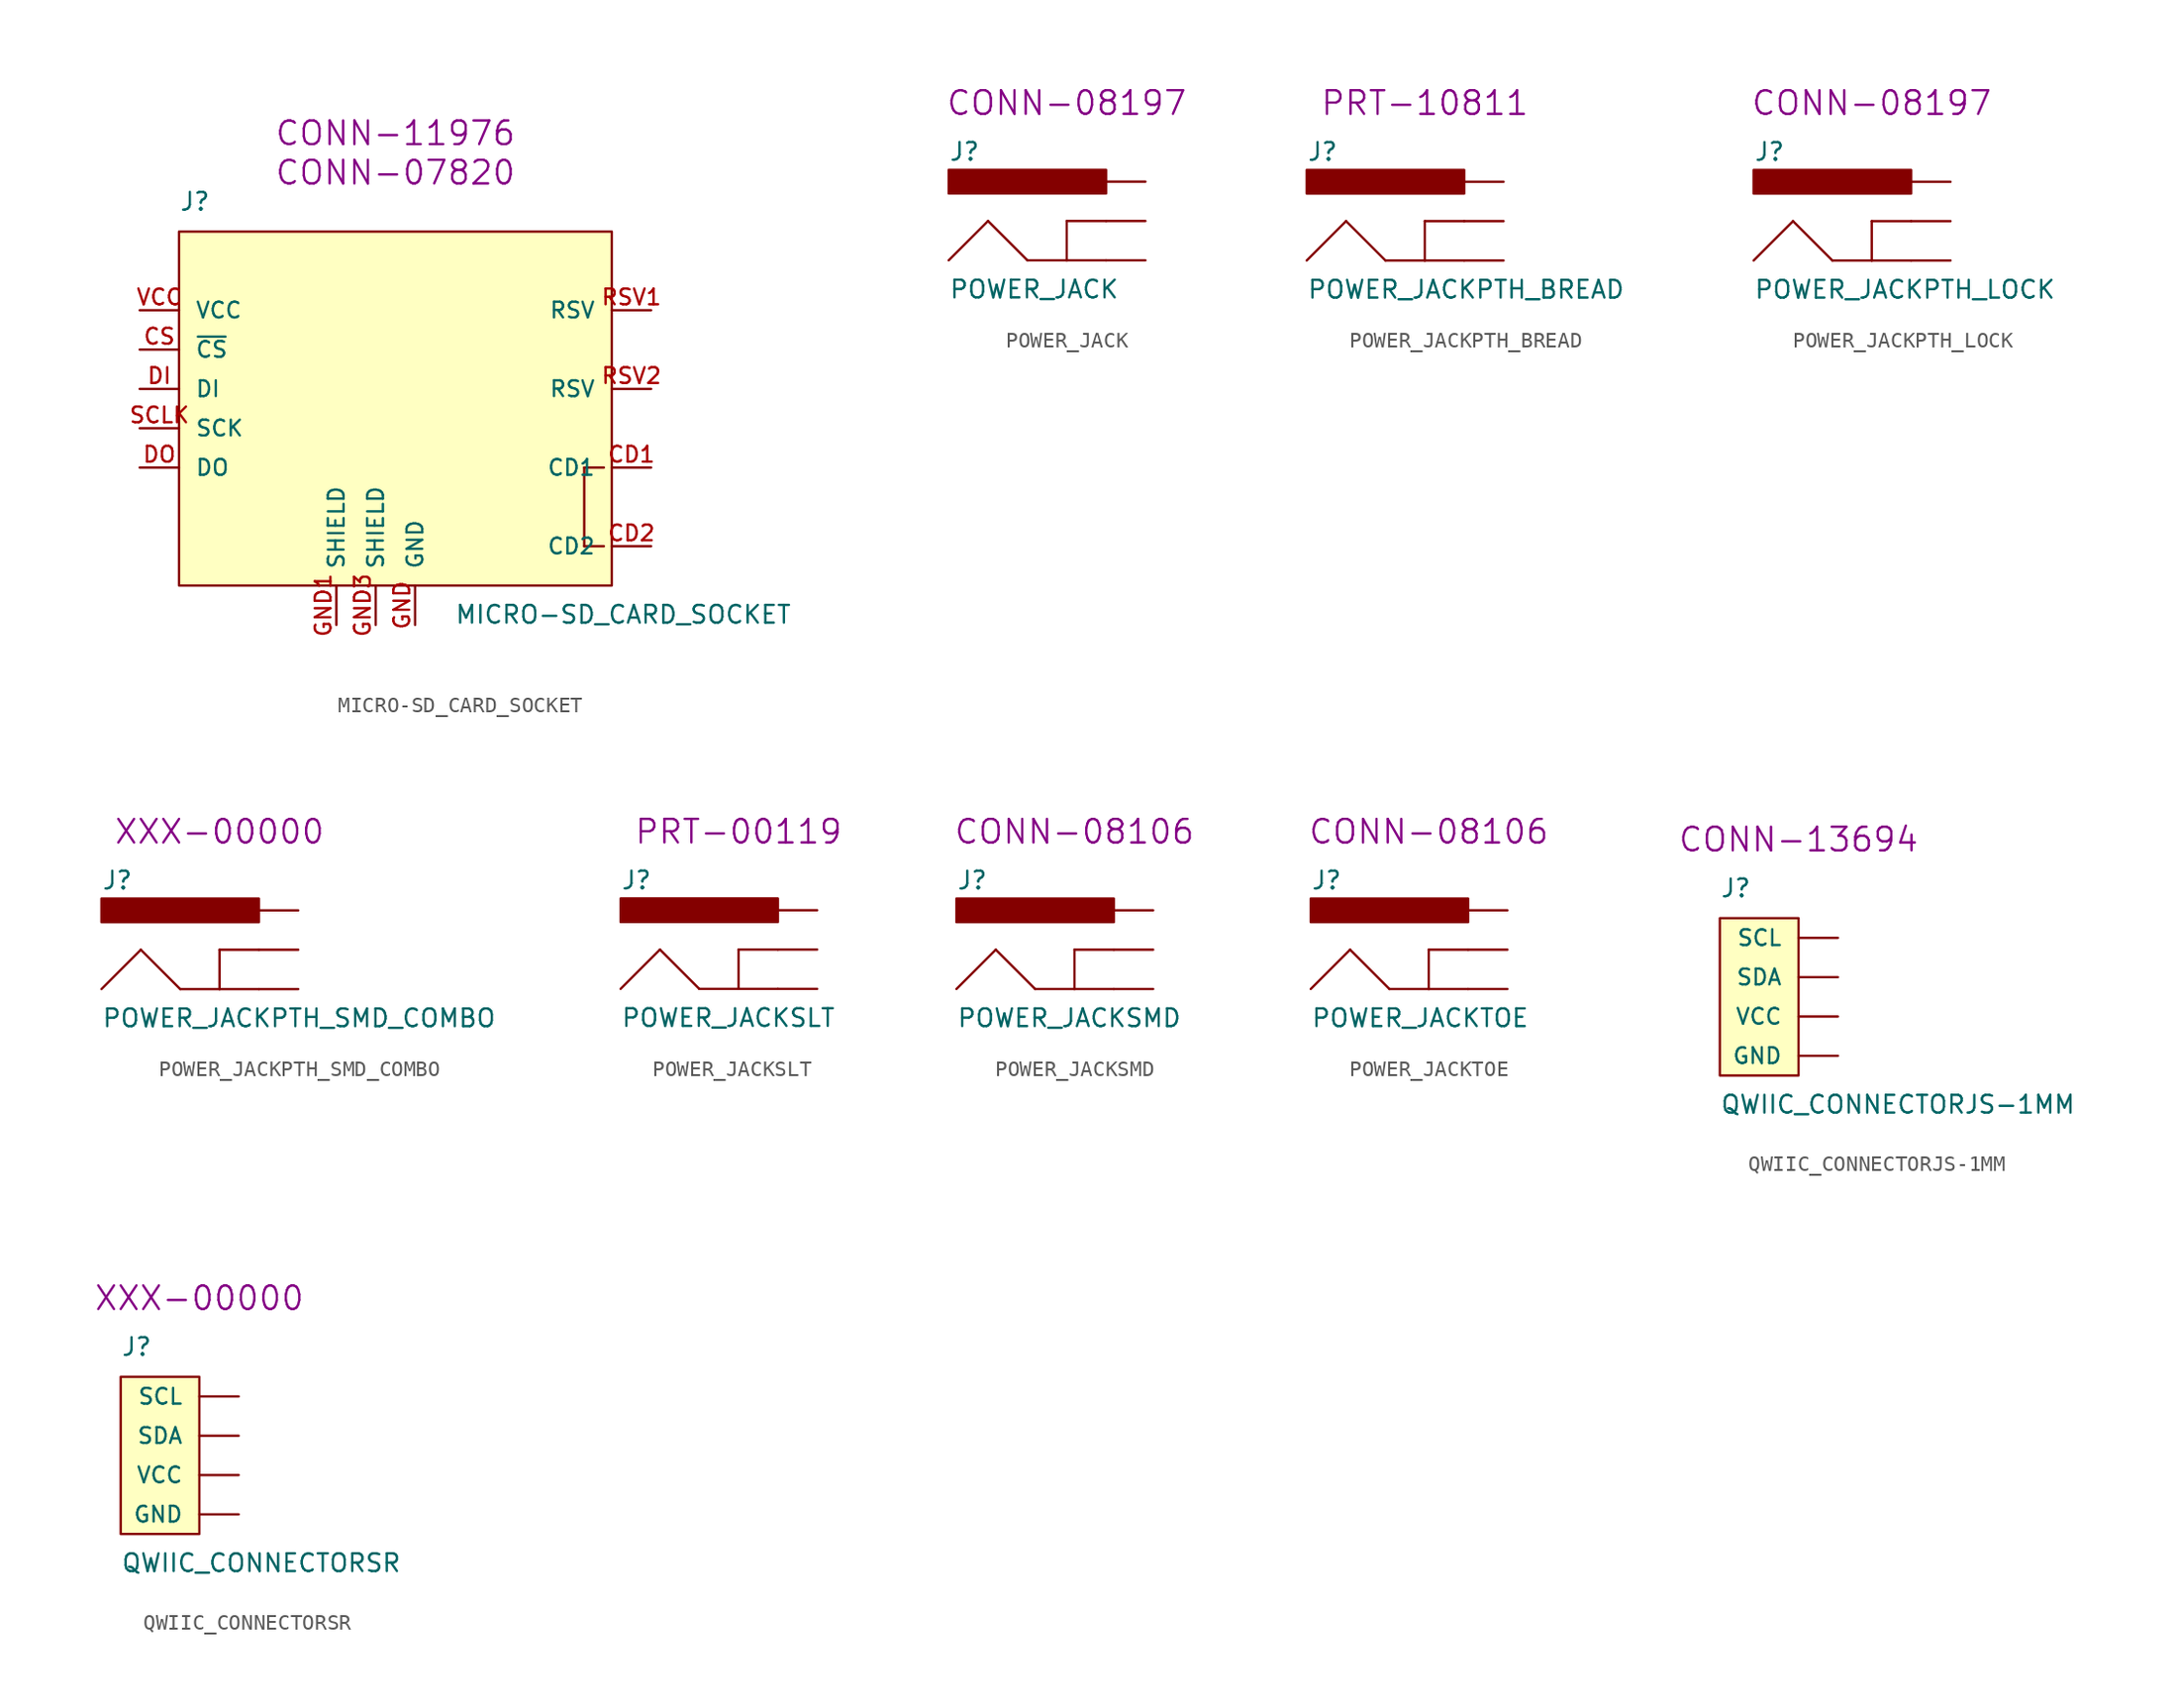
<source format=kicad_sym>
(kicad_symbol_lib
  (version 20201005)
  (generator kicad_symbol_editor)
  (symbol "MICRO-SD_CARD_SOCKET"
    (pin_names
      (offset 1.016))
    (property "Reference" "J"
      (at -13.97 11.43 0)
      (effects (font (size 1.143 1.143)) (justify left bottom)))
    (property "Value" "MICRO-SD_CARD_SOCKET"
      (at 3.81 -15.24 0)
      (effects (font (size 1.143 1.143)) (justify left bottom)))
    (property "Field4" "CONN-11976"
      (at 0 16.51 0)
      (effects (font (size 1.524 1.524))))
    (property "PROD_ID" "CONN-07820"
      (at 0 13.97 0)
      (effects (font (size 1.524 1.524))))
    (property "ki_locked" ""
      (at 0 0 0)
      (effects (font (size 1.27 1.27))))
    (symbol "MICRO-SD_CARD_SOCKET_1_0"
      (polyline (pts (xy 12.192 -10.16) (xy 12.192 -5.08)) (stroke (width 0)) (fill (type none)))
      (polyline (pts (xy 12.192 -10.16) (xy 13.462 -10.16)) (stroke (width 0)) (fill (type none)))
      (polyline (pts (xy 12.192 -5.08) (xy 13.462 -5.08)) (stroke (width 0)) (fill (type none))))
    (symbol "MICRO-SD_CARD_SOCKET_1_1"
      (polyline (pts (xy -13.97 10.16) (xy 13.97 10.16) (xy 13.97 -12.7) (xy -13.97 -12.7) (xy -13.97 10.16)) (stroke (width 0)) (fill (type background)))
      (pin bidirectional line (at -16.51 0 0) (length 2.54) (name "DI" (effects (font (size 1.016 1.016)))) (number "DI" (effects (font (size 1.016 1.016)))))
      (pin bidirectional line (at -16.51 -5.08 0) (length 2.54) (name "DO" (effects (font (size 1.016 1.016)))) (number "DO" (effects (font (size 1.016 1.016)))))
      (pin bidirectional line (at -16.51 2.54 0) (length 2.54) (name "~CS" (effects (font (size 1.016 1.016)))) (number "CS" (effects (font (size 1.016 1.016)))))
      (pin bidirectional line (at 16.51 -5.08 180) (length 2.54) (name "CD1" (effects (font (size 1.016 1.016)))) (number "CD1" (effects (font (size 1.016 1.016)))))
      (pin bidirectional line (at 16.51 -10.16 180) (length 2.54) (name "CD2" (effects (font (size 1.016 1.016)))) (number "CD2" (effects (font (size 1.016 1.016)))))
      (pin bidirectional line (at -16.51 5.08 0) (length 2.54) (name "VCC" (effects (font (size 1.016 1.016)))) (number "VCC" (effects (font (size 1.016 1.016)))))
      (pin bidirectional line (at 1.27 -15.24 90) (length 2.54) (name "GND" (effects (font (size 1.016 1.016)))) (number "GND" (effects (font (size 1.016 1.016)))))
      (pin bidirectional line (at -3.81 -15.24 90) (length 2.54) (name "SHIELD" (effects (font (size 1.016 1.016)))) (number "GND1" (effects (font (size 1.016 1.016)))))
      (pin bidirectional line (at 16.51 5.08 180) (length 2.54) (name "RSV" (effects (font (size 1.016 1.016)))) (number "RSV1" (effects (font (size 1.016 1.016)))))
      (pin bidirectional line (at 16.51 0 180) (length 2.54) (name "RSV" (effects (font (size 1.016 1.016)))) (number "RSV2" (effects (font (size 1.016 1.016)))))
      (pin bidirectional line (at -1.27 -15.24 90) (length 2.54) (name "SHIELD" (effects (font (size 1.016 1.016)))) (number "GND3" (effects (font (size 1.016 1.016)))))
      (pin bidirectional line (at -16.51 -2.54 0) (length 2.54) (name "SCK" (effects (font (size 1.016 1.016)))) (number "SCLK" (effects (font (size 1.016 1.016)))))))
  (symbol "POWER_JACK"
    (pin_numbers hide)
    (pin_names
      (offset 1.016) hide)
    (property "Reference" "J"
      (at -7.62 3.81 0)
      (effects (font (size 1.143 1.143)) (justify left bottom)))
    (property "Value" "POWER_JACK"
      (at -7.62 -5.08 0)
      (effects (font (size 1.143 1.143)) (justify left bottom)))
    (property "Field4" "CONN-08197"
      (at 0 7.62 0)
      (effects (font (size 1.524 1.524))))
    (property "ki_locked" ""
      (at 0 0 0)
      (effects (font (size 1.27 1.27))))
    (symbol "POWER_JACK_1_0"
      (polyline (pts (xy -7.62 -2.54) (xy -5.08 0)) (stroke (width 0)) (fill (type none)))
      (polyline (pts (xy -5.08 0) (xy -2.54 -2.54)) (stroke (width 0)) (fill (type none)))
      (polyline (pts (xy -2.54 -2.54) (xy 0 -2.54)) (stroke (width 0)) (fill (type none)))
      (polyline (pts (xy 0 -2.54) (xy 0 0)) (stroke (width 0)) (fill (type none)))
      (polyline (pts (xy 0 -2.54) (xy 2.54 -2.54)) (stroke (width 0)) (fill (type none)))
      (polyline (pts (xy 0 0) (xy 2.54 0)) (stroke (width 0)) (fill (type none))))
    (symbol "POWER_JACK_1_1"
      (rectangle (start -7.62 1.778) (end 2.54 3.302) (stroke (width 0)) (fill (type outline)))
      (pin bidirectional line (at 5.08 -2.54 180) (length 2.54) (name "GND" (effects (font (size 1.016 1.016)))) (number "GND" (effects (font (size 1.016 1.016)))))
      (pin bidirectional line (at 5.08 2.54 180) (length 2.54) (name "PWR" (effects (font (size 1.016 1.016)))) (number "PWR" (effects (font (size 1.016 1.016)))))
      (pin bidirectional line (at 5.08 0 180) (length 2.54) (name "GNDBREAK" (effects (font (size 1.016 1.016)))) (number "GNDB" (effects (font (size 1.016 1.016)))))))
  (symbol "POWER_JACKPTH_BREAD"
    (pin_numbers hide)
    (pin_names
      (offset 1.016) hide)
    (property "Reference" "J"
      (at -7.62 3.81 0)
      (effects (font (size 1.143 1.143)) (justify left bottom)))
    (property "Value" "POWER_JACKPTH_BREAD"
      (at -7.62 -5.08 0)
      (effects (font (size 1.143 1.143)) (justify left bottom)))
    (property "Field4" "PRT-10811"
      (at 0 7.62 0)
      (effects (font (size 1.524 1.524))))
    (property "ki_locked" ""
      (at 0 0 0)
      (effects (font (size 1.27 1.27))))
    (symbol "POWER_JACKPTH_BREAD_1_0"
      (polyline (pts (xy -7.62 -2.54) (xy -5.08 0)) (stroke (width 0)) (fill (type none)))
      (polyline (pts (xy -5.08 0) (xy -2.54 -2.54)) (stroke (width 0)) (fill (type none)))
      (polyline (pts (xy -2.54 -2.54) (xy 0 -2.54)) (stroke (width 0)) (fill (type none)))
      (polyline (pts (xy 0 -2.54) (xy 0 0)) (stroke (width 0)) (fill (type none)))
      (polyline (pts (xy 0 -2.54) (xy 2.54 -2.54)) (stroke (width 0)) (fill (type none)))
      (polyline (pts (xy 0 0) (xy 2.54 0)) (stroke (width 0)) (fill (type none))))
    (symbol "POWER_JACKPTH_BREAD_1_1"
      (rectangle (start -7.62 1.778) (end 2.54 3.302) (stroke (width 0)) (fill (type outline)))
      (pin bidirectional line (at 5.08 -2.54 180) (length 2.54) (name "GND" (effects (font (size 1.016 1.016)))) (number "GND" (effects (font (size 1.016 1.016)))))
      (pin bidirectional line (at 5.08 2.54 180) (length 2.54) (name "PWR" (effects (font (size 1.016 1.016)))) (number "PWR" (effects (font (size 1.016 1.016)))))
      (pin bidirectional line (at 5.08 0 180) (length 2.54) (name "GNDBREAK" (effects (font (size 1.016 1.016)))) (number "GNDB" (effects (font (size 1.016 1.016)))))))
  (symbol "POWER_JACKPTH_LOCK"
    (pin_numbers hide)
    (pin_names
      (offset 1.016) hide)
    (property "Reference" "J"
      (at -7.62 3.81 0)
      (effects (font (size 1.143 1.143)) (justify left bottom)))
    (property "Value" "POWER_JACKPTH_LOCK"
      (at -7.62 -5.08 0)
      (effects (font (size 1.143 1.143)) (justify left bottom)))
    (property "Field4" "CONN-08197"
      (at 0 7.62 0)
      (effects (font (size 1.524 1.524))))
    (property "ki_locked" ""
      (at 0 0 0)
      (effects (font (size 1.27 1.27))))
    (symbol "POWER_JACKPTH_LOCK_1_0"
      (polyline (pts (xy -7.62 -2.54) (xy -5.08 0)) (stroke (width 0)) (fill (type none)))
      (polyline (pts (xy -5.08 0) (xy -2.54 -2.54)) (stroke (width 0)) (fill (type none)))
      (polyline (pts (xy -2.54 -2.54) (xy 0 -2.54)) (stroke (width 0)) (fill (type none)))
      (polyline (pts (xy 0 -2.54) (xy 0 0)) (stroke (width 0)) (fill (type none)))
      (polyline (pts (xy 0 -2.54) (xy 2.54 -2.54)) (stroke (width 0)) (fill (type none)))
      (polyline (pts (xy 0 0) (xy 2.54 0)) (stroke (width 0)) (fill (type none))))
    (symbol "POWER_JACKPTH_LOCK_1_1"
      (rectangle (start -7.62 1.778) (end 2.54 3.302) (stroke (width 0)) (fill (type outline)))
      (pin bidirectional line (at 5.08 -2.54 180) (length 2.54) (name "GND" (effects (font (size 1.016 1.016)))) (number "GND" (effects (font (size 1.016 1.016)))))
      (pin bidirectional line (at 5.08 2.54 180) (length 2.54) (name "PWR" (effects (font (size 1.016 1.016)))) (number "PWR" (effects (font (size 1.016 1.016)))))
      (pin bidirectional line (at 5.08 0 180) (length 2.54) (name "GNDBREAK" (effects (font (size 1.016 1.016)))) (number "GNDB" (effects (font (size 1.016 1.016)))))))
  (symbol "POWER_JACKPTH_SMD_COMBO"
    (pin_numbers hide)
    (pin_names
      (offset 1.016) hide)
    (property "Reference" "J"
      (at -7.62 3.81 0)
      (effects (font (size 1.143 1.143)) (justify left bottom)))
    (property "Value" "POWER_JACKPTH_SMD_COMBO"
      (at -7.62 -5.08 0)
      (effects (font (size 1.143 1.143)) (justify left bottom)))
    (property "Field4" "XXX-00000"
      (at 0 7.62 0)
      (effects (font (size 1.524 1.524))))
    (property "ki_locked" ""
      (at 0 0 0)
      (effects (font (size 1.27 1.27))))
    (symbol "POWER_JACKPTH_SMD_COMBO_1_0"
      (polyline (pts (xy -7.62 -2.54) (xy -5.08 0)) (stroke (width 0)) (fill (type none)))
      (polyline (pts (xy -5.08 0) (xy -2.54 -2.54)) (stroke (width 0)) (fill (type none)))
      (polyline (pts (xy -2.54 -2.54) (xy 0 -2.54)) (stroke (width 0)) (fill (type none)))
      (polyline (pts (xy 0 -2.54) (xy 0 0)) (stroke (width 0)) (fill (type none)))
      (polyline (pts (xy 0 -2.54) (xy 2.54 -2.54)) (stroke (width 0)) (fill (type none)))
      (polyline (pts (xy 0 0) (xy 2.54 0)) (stroke (width 0)) (fill (type none))))
    (symbol "POWER_JACKPTH_SMD_COMBO_1_1"
      (rectangle (start -7.62 1.778) (end 2.54 3.302) (stroke (width 0)) (fill (type outline)))
      (pin bidirectional line (at 5.08 0 180) (length 2.54) (name "GNDBREAK" (effects (font (size 1.016 1.016)))) (number "GND" (effects (font (size 1.016 1.016)))))
      (pin bidirectional line (at 5.08 -2.54 180) (length 2.54) (name "GND" (effects (font (size 1.016 1.016)))) (number "GND@" (effects (font (size 1.016 1.016)))))
      (pin bidirectional line (at 5.08 2.54 180) (length 2.54) (name "PWR" (effects (font (size 1.016 1.016)))) (number "POWE" (effects (font (size 1.016 1.016)))))))
  (symbol "POWER_JACKSLT"
    (pin_numbers hide)
    (pin_names
      (offset 1.016) hide)
    (property "Reference" "J"
      (at -7.62 3.81 0)
      (effects (font (size 1.143 1.143)) (justify left bottom)))
    (property "Value" "POWER_JACKSLT"
      (at -7.62 -5.08 0)
      (effects (font (size 1.143 1.143)) (justify left bottom)))
    (property "Field4" "PRT-00119"
      (at 0 7.62 0)
      (effects (font (size 1.524 1.524))))
    (property "ki_locked" ""
      (at 0 0 0)
      (effects (font (size 1.27 1.27))))
    (symbol "POWER_JACKSLT_1_0"
      (polyline (pts (xy -7.62 -2.54) (xy -5.08 0)) (stroke (width 0)) (fill (type none)))
      (polyline (pts (xy -5.08 0) (xy -2.54 -2.54)) (stroke (width 0)) (fill (type none)))
      (polyline (pts (xy -2.54 -2.54) (xy 0 -2.54)) (stroke (width 0)) (fill (type none)))
      (polyline (pts (xy 0 -2.54) (xy 0 0)) (stroke (width 0)) (fill (type none)))
      (polyline (pts (xy 0 -2.54) (xy 2.54 -2.54)) (stroke (width 0)) (fill (type none)))
      (polyline (pts (xy 0 0) (xy 2.54 0)) (stroke (width 0)) (fill (type none))))
    (symbol "POWER_JACKSLT_1_1"
      (rectangle (start -7.62 1.778) (end 2.54 3.302) (stroke (width 0)) (fill (type outline)))
      (pin bidirectional line (at 5.08 2.54 180) (length 2.54) (name "PWR" (effects (font (size 1.016 1.016)))) (number "PWR" (effects (font (size 1.016 1.016)))))
      (pin bidirectional line (at 5.08 -2.54 180) (length 2.54) (name "GND" (effects (font (size 1.016 1.016)))) (number "GND@" (effects (font (size 1.016 1.016)))))
      (pin bidirectional line (at 5.08 0 180) (length 2.54) (name "GNDBREAK" (effects (font (size 1.016 1.016)))) (number "GND@" (effects (font (size 1.016 1.016)))))))
  (symbol "POWER_JACKSMD"
    (pin_numbers hide)
    (pin_names
      (offset 1.016) hide)
    (property "Reference" "J"
      (at -7.62 3.81 0)
      (effects (font (size 1.143 1.143)) (justify left bottom)))
    (property "Value" "POWER_JACKSMD"
      (at -7.62 -5.08 0)
      (effects (font (size 1.143 1.143)) (justify left bottom)))
    (property "Field4" "CONN-08106"
      (at 0 7.62 0)
      (effects (font (size 1.524 1.524))))
    (property "ki_locked" ""
      (at 0 0 0)
      (effects (font (size 1.27 1.27))))
    (symbol "POWER_JACKSMD_1_0"
      (polyline (pts (xy -7.62 -2.54) (xy -5.08 0)) (stroke (width 0)) (fill (type none)))
      (polyline (pts (xy -5.08 0) (xy -2.54 -2.54)) (stroke (width 0)) (fill (type none)))
      (polyline (pts (xy -2.54 -2.54) (xy 0 -2.54)) (stroke (width 0)) (fill (type none)))
      (polyline (pts (xy 0 -2.54) (xy 0 0)) (stroke (width 0)) (fill (type none)))
      (polyline (pts (xy 0 -2.54) (xy 2.54 -2.54)) (stroke (width 0)) (fill (type none)))
      (polyline (pts (xy 0 0) (xy 2.54 0)) (stroke (width 0)) (fill (type none))))
    (symbol "POWER_JACKSMD_1_1"
      (rectangle (start -7.62 1.778) (end 2.54 3.302) (stroke (width 0)) (fill (type outline)))
      (pin bidirectional line (at 5.08 -2.54 180) (length 2.54) (name "GND" (effects (font (size 1.016 1.016)))) (number "P$4" (effects (font (size 1.016 1.016)))))
      (pin bidirectional line (at 5.08 0 180) (length 2.54) (name "GNDBREAK" (effects (font (size 1.016 1.016)))) (number "GND" (effects (font (size 1.016 1.016)))))
      (pin bidirectional line (at 5.08 2.54 180) (length 2.54) (name "PWR" (effects (font (size 1.016 1.016)))) (number "VIN0" (effects (font (size 1.016 1.016)))))))
  (symbol "POWER_JACKTOE"
    (pin_numbers hide)
    (pin_names
      (offset 1.016) hide)
    (property "Reference" "J"
      (at -7.62 3.81 0)
      (effects (font (size 1.143 1.143)) (justify left bottom)))
    (property "Value" "POWER_JACKTOE"
      (at -7.62 -5.08 0)
      (effects (font (size 1.143 1.143)) (justify left bottom)))
    (property "Field4" "CONN-08106"
      (at 0 7.62 0)
      (effects (font (size 1.524 1.524))))
    (property "ki_locked" ""
      (at 0 0 0)
      (effects (font (size 1.27 1.27))))
    (symbol "POWER_JACKTOE_1_0"
      (polyline (pts (xy -7.62 -2.54) (xy -5.08 0)) (stroke (width 0)) (fill (type none)))
      (polyline (pts (xy -5.08 0) (xy -2.54 -2.54)) (stroke (width 0)) (fill (type none)))
      (polyline (pts (xy -2.54 -2.54) (xy 0 -2.54)) (stroke (width 0)) (fill (type none)))
      (polyline (pts (xy 0 -2.54) (xy 0 0)) (stroke (width 0)) (fill (type none)))
      (polyline (pts (xy 0 -2.54) (xy 2.54 -2.54)) (stroke (width 0)) (fill (type none)))
      (polyline (pts (xy 0 0) (xy 2.54 0)) (stroke (width 0)) (fill (type none))))
    (symbol "POWER_JACKTOE_1_1"
      (rectangle (start -7.62 1.778) (end 2.54 3.302) (stroke (width 0)) (fill (type outline)))
      (pin bidirectional line (at 5.08 -2.54 180) (length 2.54) (name "GND" (effects (font (size 1.016 1.016)))) (number "P$4" (effects (font (size 1.016 1.016)))))
      (pin bidirectional line (at 5.08 0 180) (length 2.54) (name "GNDBREAK" (effects (font (size 1.016 1.016)))) (number "GND" (effects (font (size 1.016 1.016)))))
      (pin bidirectional line (at 5.08 2.54 180) (length 2.54) (name "PWR" (effects (font (size 1.016 1.016)))) (number "VIN0" (effects (font (size 1.016 1.016)))))))
  (symbol "QWIIC_CONNECTORJS-1MM"
    (pin_numbers hide)
    (pin_names
      (offset 1.016))
    (property "Reference" "J"
      (at -5.08 10.16 0)
      (effects (font (size 1.143 1.143)) (justify left bottom)))
    (property "Value" "QWIIC_CONNECTORJS-1MM"
      (at -5.08 -3.81 0)
      (effects (font (size 1.143 1.143)) (justify left bottom)))
    (property "Field4" "CONN-13694"
      (at 0 13.97 0)
      (effects (font (size 1.524 1.524))))
    (property "ki_locked" ""
      (at 0 0 0)
      (effects (font (size 1.27 1.27))))
    (symbol "QWIIC_CONNECTORJS-1MM_1_0"
      (rectangle (start 0 -1.27) (end -5.08 8.89) (stroke (width 0)) (fill (type background))))
    (symbol "QWIIC_CONNECTORJS-1MM_1_1"
      (pin power_in line (at 2.54 0 180) (length 2.54) (name "GND" (effects (font (size 1.016 1.016)))) (number "1" (effects (font (size 1.016 1.016)))))
      (pin power_in line (at 2.54 2.54 180) (length 2.54) (name "VCC" (effects (font (size 1.016 1.016)))) (number "2" (effects (font (size 1.016 1.016)))))
      (pin passive line (at 2.54 5.08 180) (length 2.54) (name "SDA" (effects (font (size 1.016 1.016)))) (number "3" (effects (font (size 1.016 1.016)))))
      (pin passive line (at 2.54 7.62 180) (length 2.54) (name "SCL" (effects (font (size 1.016 1.016)))) (number "4" (effects (font (size 1.016 1.016)))))))
  (symbol "QWIIC_CONNECTORSR"
    (pin_numbers hide)
    (pin_names
      (offset 1.016))
    (property "Reference" "J"
      (at -5.08 10.16 0)
      (effects (font (size 1.143 1.143)) (justify left bottom)))
    (property "Value" "QWIIC_CONNECTORSR"
      (at -5.08 -3.81 0)
      (effects (font (size 1.143 1.143)) (justify left bottom)))
    (property "Field4" "XXX-00000"
      (at 0 13.97 0)
      (effects (font (size 1.524 1.524))))
    (property "ki_locked" ""
      (at 0 0 0)
      (effects (font (size 1.27 1.27))))
    (symbol "QWIIC_CONNECTORSR_1_0"
      (rectangle (start 0 -1.27) (end -5.08 8.89) (stroke (width 0)) (fill (type background))))
    (symbol "QWIIC_CONNECTORSR_1_1"
      (pin power_in line (at 2.54 0 180) (length 2.54) (name "GND" (effects (font (size 1.016 1.016)))) (number "1" (effects (font (size 1.016 1.016)))))
      (pin power_in line (at 2.54 2.54 180) (length 2.54) (name "VCC" (effects (font (size 1.016 1.016)))) (number "2" (effects (font (size 1.016 1.016)))))
      (pin passive line (at 2.54 5.08 180) (length 2.54) (name "SDA" (effects (font (size 1.016 1.016)))) (number "3" (effects (font (size 1.016 1.016)))))
      (pin passive line (at 2.54 7.62 180) (length 2.54) (name "SCL" (effects (font (size 1.016 1.016)))) (number "4" (effects (font (size 1.016 1.016))))))))
</source>
